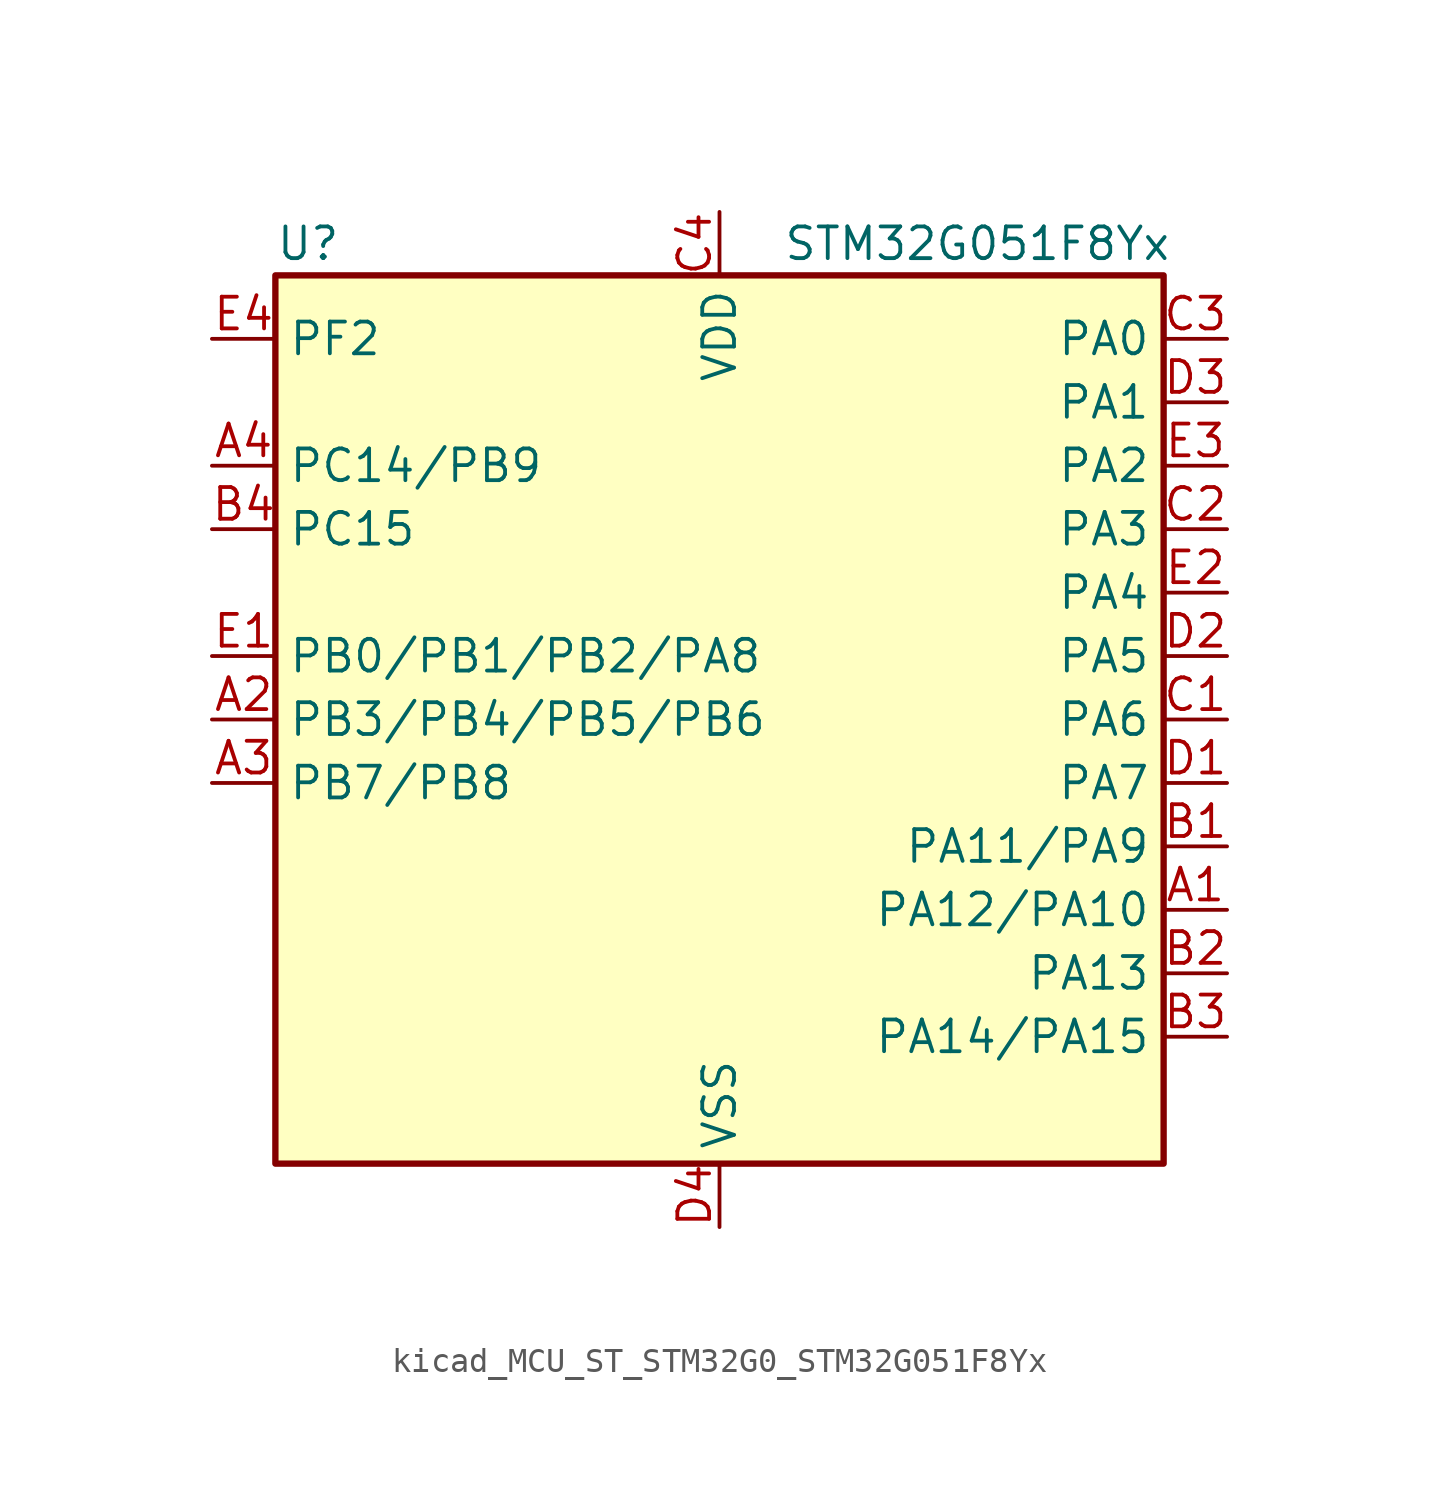
<source format=kicad_sym>
(kicad_symbol_lib
  (version 20220914)
  (generator kicad_symbol_editor)
  (symbol "kicad_MCU_ST_STM32G0_STM32G051F8Yx"
    (property "Reference" "U"
      (at -17.78 19.05 0)
      (effects (font (size 1.27 1.27)) (justify left)))
    (property "Value" "STM32G051F8Yx"
      (at 2.54 19.05 0)
      (effects (font (size 1.27 1.27)) (justify left)))
    (property "ki_locked" ""
      (at 0 0 0)
      (effects (font (size 1.27 1.27))))
    (symbol "kicad_MCU_ST_STM32G0_STM32G051F8Yx_0_1"
      (rectangle (start -17.78 -17.78) (end 17.78 17.78) (stroke (width 0.254) (type default)) (fill (type background))))
    (symbol "kicad_MCU_ST_STM32G0_STM32G051F8Yx_1_1"
      (pin bidirectional line (at 20.32 -7.62 180) (length 2.54) (name "PA12/PA10" (effects (font (size 1.27 1.27)))) (number "A1" (effects (font (size 1.27 1.27)))) (alternate "ADC1_IN16" bidirectional line) (alternate "COMP2_OUT" bidirectional line) (alternate "I2C2_SDA" bidirectional line) (alternate "I2S1_SD" bidirectional line) (alternate "I2S_CKIN" bidirectional line) (alternate "SPI1_MOSI" bidirectional line) (alternate "TIM1_ETR" bidirectional line) (alternate "USART1_CK" bidirectional line) (alternate "USART1_DE" bidirectional line) (alternate "USART1_RTS" bidirectional line))
      (pin bidirectional line (at -20.32 0 0) (length 2.54) (name "PB3/PB4/PB5/PB6" (effects (font (size 1.27 1.27)))) (number "A2" (effects (font (size 1.27 1.27)))) (alternate "COMP2_INM" bidirectional line) (alternate "I2S1_CK" bidirectional line) (alternate "SPI1_SCK" bidirectional line) (alternate "TIM1_CH2" bidirectional line) (alternate "TIM2_CH2" bidirectional line) (alternate "USART1_CK" bidirectional line) (alternate "USART1_DE" bidirectional line) (alternate "USART1_RTS" bidirectional line))
      (pin bidirectional line (at -20.32 -2.54 0) (length 2.54) (name "PB7/PB8" (effects (font (size 1.27 1.27)))) (number "A3" (effects (font (size 1.27 1.27)))) (alternate "ADC1_IN11" bidirectional line) (alternate "COMP2_INM" bidirectional line) (alternate "I2C1_SDA" bidirectional line) (alternate "LPTIM1_IN2" bidirectional line) (alternate "SPI2_MOSI" bidirectional line) (alternate "SYS_PVD_IN" bidirectional line) (alternate "TIM17_CH1N" bidirectional line) (alternate "USART1_RX" bidirectional line))
      (pin bidirectional line (at -20.32 10.16 0) (length 2.54) (name "PC14/PB9" (effects (font (size 1.27 1.27)))) (number "A4" (effects (font (size 1.27 1.27)))) (alternate "RCC_OSC32_IN" bidirectional line) (alternate "RCC_OSC_IN" bidirectional line) (alternate "TIM1_BK2" bidirectional line))
      (pin bidirectional line (at 20.32 -5.08 180) (length 2.54) (name "PA11/PA9" (effects (font (size 1.27 1.27)))) (number "B1" (effects (font (size 1.27 1.27)))) (alternate "ADC1_EXTI11" bidirectional line) (alternate "ADC1_IN15" bidirectional line) (alternate "COMP1_OUT" bidirectional line) (alternate "I2C2_SCL" bidirectional line) (alternate "I2S1_MCK" bidirectional line) (alternate "SPI1_MISO" bidirectional line) (alternate "TIM1_BK2" bidirectional line) (alternate "TIM1_CH4" bidirectional line) (alternate "USART1_CTS" bidirectional line) (alternate "USART1_NSS" bidirectional line))
      (pin bidirectional line (at 20.32 -10.16 180) (length 2.54) (name "PA13" (effects (font (size 1.27 1.27)))) (number "B2" (effects (font (size 1.27 1.27)))) (alternate "ADC1_IN17" bidirectional line) (alternate "IR_OUT" bidirectional line) (alternate "SYS_SWDIO" bidirectional line))
      (pin bidirectional line (at 20.32 -12.7 180) (length 2.54) (name "PA14/PA15" (effects (font (size 1.27 1.27)))) (number "B3" (effects (font (size 1.27 1.27)))) (alternate "ADC1_IN18" bidirectional line) (alternate "SYS_SWCLK" bidirectional line) (alternate "USART2_TX" bidirectional line))
      (pin bidirectional line (at -20.32 7.62 0) (length 2.54) (name "PC15" (effects (font (size 1.27 1.27)))) (number "B4" (effects (font (size 1.27 1.27)))) (alternate "RCC_OSC32_EN" bidirectional line) (alternate "RCC_OSC32_OUT" bidirectional line) (alternate "RCC_OSC_EN" bidirectional line) (alternate "TIM15_BK" bidirectional line))
      (pin bidirectional line (at 20.32 0 180) (length 2.54) (name "PA6" (effects (font (size 1.27 1.27)))) (number "C1" (effects (font (size 1.27 1.27)))) (alternate "ADC1_IN6" bidirectional line) (alternate "COMP1_OUT" bidirectional line) (alternate "I2S1_MCK" bidirectional line) (alternate "LPUART1_CTS" bidirectional line) (alternate "SPI1_MISO" bidirectional line) (alternate "TIM16_CH1" bidirectional line) (alternate "TIM1_BK" bidirectional line) (alternate "TIM3_CH1" bidirectional line))
      (pin bidirectional line (at 20.32 7.62 180) (length 2.54) (name "PA3" (effects (font (size 1.27 1.27)))) (number "C2" (effects (font (size 1.27 1.27)))) (alternate "ADC1_IN3" bidirectional line) (alternate "COMP2_INP" bidirectional line) (alternate "LPUART1_RX" bidirectional line) (alternate "SPI2_MISO" bidirectional line) (alternate "TIM15_CH2" bidirectional line) (alternate "TIM2_CH4" bidirectional line) (alternate "USART2_RX" bidirectional line))
      (pin bidirectional line (at 20.32 15.24 180) (length 2.54) (name "PA0" (effects (font (size 1.27 1.27)))) (number "C3" (effects (font (size 1.27 1.27)))) (alternate "ADC1_IN0" bidirectional line) (alternate "COMP1_INM" bidirectional line) (alternate "COMP1_OUT" bidirectional line) (alternate "LPTIM1_OUT" bidirectional line) (alternate "RTC_TAMP_IN2" bidirectional line) (alternate "SPI2_SCK" bidirectional line) (alternate "SYS_WKUP1" bidirectional line) (alternate "TIM2_CH1" bidirectional line) (alternate "TIM2_ETR" bidirectional line) (alternate "USART2_CTS" bidirectional line) (alternate "USART2_NSS" bidirectional line))
      (pin power_in line (at 0 20.32 270) (length 2.54) (name "VDD" (effects (font (size 1.27 1.27)))) (number "C4" (effects (font (size 1.27 1.27)))))
      (pin bidirectional line (at 20.32 -2.54 180) (length 2.54) (name "PA7" (effects (font (size 1.27 1.27)))) (number "D1" (effects (font (size 1.27 1.27)))) (alternate "ADC1_IN7" bidirectional line) (alternate "COMP2_OUT" bidirectional line) (alternate "I2S1_SD" bidirectional line) (alternate "SPI1_MOSI" bidirectional line) (alternate "TIM14_CH1" bidirectional line) (alternate "TIM17_CH1" bidirectional line) (alternate "TIM1_CH1N" bidirectional line) (alternate "TIM3_CH2" bidirectional line))
      (pin bidirectional line (at 20.32 2.54 180) (length 2.54) (name "PA5" (effects (font (size 1.27 1.27)))) (number "D2" (effects (font (size 1.27 1.27)))) (alternate "ADC1_IN5" bidirectional line) (alternate "DAC1_OUT2" bidirectional line) (alternate "I2S1_CK" bidirectional line) (alternate "LPTIM2_ETR" bidirectional line) (alternate "SPI1_SCK" bidirectional line) (alternate "TIM2_CH1" bidirectional line) (alternate "TIM2_ETR" bidirectional line))
      (pin bidirectional line (at 20.32 12.7 180) (length 2.54) (name "PA1" (effects (font (size 1.27 1.27)))) (number "D3" (effects (font (size 1.27 1.27)))) (alternate "ADC1_IN1" bidirectional line) (alternate "COMP1_INP" bidirectional line) (alternate "I2C1_SMBA" bidirectional line) (alternate "I2S1_CK" bidirectional line) (alternate "SPI1_SCK" bidirectional line) (alternate "TIM15_CH1N" bidirectional line) (alternate "TIM2_CH2" bidirectional line) (alternate "USART2_CK" bidirectional line) (alternate "USART2_DE" bidirectional line) (alternate "USART2_RTS" bidirectional line))
      (pin power_in line (at 0 -20.32 90) (length 2.54) (name "VSS" (effects (font (size 1.27 1.27)))) (number "D4" (effects (font (size 1.27 1.27)))))
      (pin bidirectional line (at -20.32 2.54 0) (length 2.54) (name "PB0/PB1/PB2/PA8" (effects (font (size 1.27 1.27)))) (number "E1" (effects (font (size 1.27 1.27)))) (alternate "ADC1_IN8" bidirectional line) (alternate "COMP1_OUT" bidirectional line) (alternate "I2S1_WS" bidirectional line) (alternate "LPTIM1_OUT" bidirectional line) (alternate "SPI1_NSS" bidirectional line) (alternate "TIM1_CH2N" bidirectional line) (alternate "TIM3_CH3" bidirectional line))
      (pin bidirectional line (at 20.32 5.08 180) (length 2.54) (name "PA4" (effects (font (size 1.27 1.27)))) (number "E2" (effects (font (size 1.27 1.27)))) (alternate "ADC1_IN4" bidirectional line) (alternate "DAC1_OUT1" bidirectional line) (alternate "I2S1_WS" bidirectional line) (alternate "LPTIM2_OUT" bidirectional line) (alternate "RTC_OUT1" bidirectional line) (alternate "RTC_TAMP_IN1" bidirectional line) (alternate "RTC_TS" bidirectional line) (alternate "SPI1_NSS" bidirectional line) (alternate "SPI2_MOSI" bidirectional line) (alternate "SYS_WKUP2" bidirectional line) (alternate "TIM14_CH1" bidirectional line))
      (pin bidirectional line (at 20.32 10.16 180) (length 2.54) (name "PA2" (effects (font (size 1.27 1.27)))) (number "E3" (effects (font (size 1.27 1.27)))) (alternate "ADC1_IN2" bidirectional line) (alternate "COMP2_INM" bidirectional line) (alternate "COMP2_OUT" bidirectional line) (alternate "I2S1_SD" bidirectional line) (alternate "LPUART1_TX" bidirectional line) (alternate "RCC_LSCO" bidirectional line) (alternate "SPI1_MOSI" bidirectional line) (alternate "SYS_WKUP4" bidirectional line) (alternate "TIM15_CH1" bidirectional line) (alternate "TIM2_CH3" bidirectional line) (alternate "USART2_TX" bidirectional line))
      (pin bidirectional line (at -20.32 15.24 0) (length 2.54) (name "PF2" (effects (font (size 1.27 1.27)))) (number "E4" (effects (font (size 1.27 1.27)))) (alternate "RCC_MCO" bidirectional line)))))
</source>
